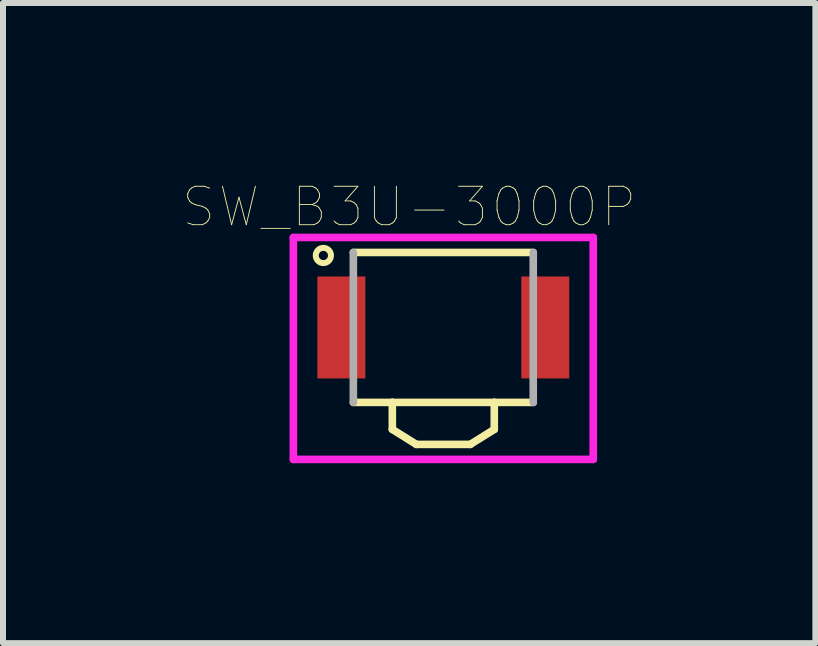
<source format=kicad_pcb>
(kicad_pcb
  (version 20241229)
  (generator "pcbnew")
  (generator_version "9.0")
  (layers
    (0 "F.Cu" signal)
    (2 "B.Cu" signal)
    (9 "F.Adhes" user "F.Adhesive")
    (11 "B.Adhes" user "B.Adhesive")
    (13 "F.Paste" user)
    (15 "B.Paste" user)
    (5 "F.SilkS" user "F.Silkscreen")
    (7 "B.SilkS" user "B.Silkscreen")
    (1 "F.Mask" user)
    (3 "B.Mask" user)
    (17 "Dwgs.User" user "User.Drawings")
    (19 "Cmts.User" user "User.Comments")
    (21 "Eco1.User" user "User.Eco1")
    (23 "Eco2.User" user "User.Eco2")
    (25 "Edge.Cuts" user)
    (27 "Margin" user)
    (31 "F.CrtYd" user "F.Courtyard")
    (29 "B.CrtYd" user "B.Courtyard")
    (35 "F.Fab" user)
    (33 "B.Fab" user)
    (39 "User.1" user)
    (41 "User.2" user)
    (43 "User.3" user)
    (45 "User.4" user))
  (footprint "SW_B3U-3000P"
    (layer "F.Cu")
    (at 4.342 2.41)
    (property "Reference" "SW_B3U-3000P" (at -0.569 -2.009 0) (layer "F.SilkS") (effects (font (size 0.641 0.641) (thickness 0.015))))
    (attr through_hole)
    (fp_line (start -1.5 1.25) (end -0.85 1.25) (stroke (width 0.127) (type solid)) (layer "F.SilkS"))
    (fp_line (start -0.85 1.25) (end -0.85 1.7) (stroke (width 0.127) (type solid)) (layer "F.SilkS"))
    (fp_line (start -0.85 1.25) (end 0.85 1.25) (stroke (width 0.127) (type solid)) (layer "F.SilkS"))
    (fp_line (start -0.45 1.95) (end -0.85 1.7) (stroke (width 0.127) (type solid)) (layer "F.SilkS"))
    (fp_line (start 0.45 1.95) (end -0.45 1.95) (stroke (width 0.127) (type solid)) (layer "F.SilkS"))
    (fp_line (start 0.45 1.95) (end 0.85 1.7) (stroke (width 0.127) (type solid)) (layer "F.SilkS"))
    (fp_line (start 0.85 1.25) (end 0.85 1.7) (stroke (width 0.127) (type solid)) (layer "F.SilkS"))
    (fp_line (start 0.85 1.25) (end 1.5 1.25) (stroke (width 0.127) (type solid)) (layer "F.SilkS"))
    (fp_line (start 1.5 -1.25) (end -1.5 -1.25) (stroke (width 0.127) (type solid)) (layer "F.SilkS"))
    (fp_circle (center -2 -1.2) (end -1.873 -1.2) (stroke (width 0.1) (type solid)) (fill no) (layer "F.SilkS"))
    (fp_line (start -2.5 -1.5) (end 2.5 -1.5) (stroke (width 0.127) (type solid)) (layer "F.CrtYd"))
    (fp_line (start -2.5 2.2) (end -2.5 -1.5) (stroke (width 0.127) (type solid)) (layer "F.CrtYd"))
    (fp_line (start 2.5 -1.5) (end 2.5 2.2) (stroke (width 0.127) (type solid)) (layer "F.CrtYd"))
    (fp_line (start 2.5 2.2) (end -2.5 2.2) (stroke (width 0.127) (type solid)) (layer "F.CrtYd"))
    (fp_line (start -1.5 -1.25) (end -1.5 1.25) (stroke (width 0.127) (type solid)) (layer "F.Fab"))
    (fp_line (start 1.5 1.25) (end 1.5 -1.25) (stroke (width 0.127) (type solid)) (layer "F.Fab"))
    (pad "1" smd rect (at -1.7 0) (size 0.8 1.7) (layers "F.Cu" "F.Mask" "F.Paste"))
    (pad "2" smd rect (at 1.7 0) (size 0.8 1.7) (layers "F.Cu" "F.Mask" "F.Paste")))
  (gr_rect
    (start -3 -3)
    (end 10.546 7.674)
    (stroke (width 0.1) (type default))
    (fill no)
    (layer "Edge.Cuts")))
</source>
